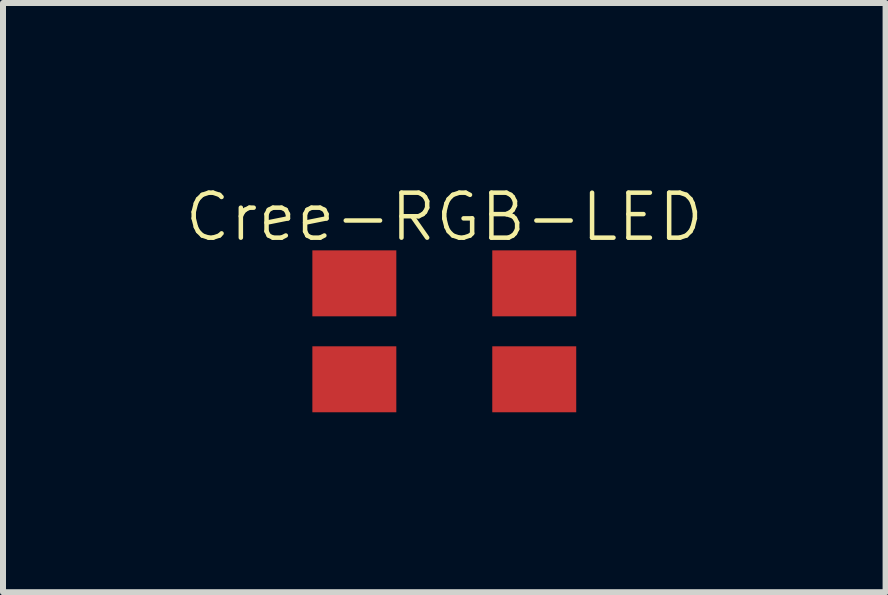
<source format=kicad_pcb>
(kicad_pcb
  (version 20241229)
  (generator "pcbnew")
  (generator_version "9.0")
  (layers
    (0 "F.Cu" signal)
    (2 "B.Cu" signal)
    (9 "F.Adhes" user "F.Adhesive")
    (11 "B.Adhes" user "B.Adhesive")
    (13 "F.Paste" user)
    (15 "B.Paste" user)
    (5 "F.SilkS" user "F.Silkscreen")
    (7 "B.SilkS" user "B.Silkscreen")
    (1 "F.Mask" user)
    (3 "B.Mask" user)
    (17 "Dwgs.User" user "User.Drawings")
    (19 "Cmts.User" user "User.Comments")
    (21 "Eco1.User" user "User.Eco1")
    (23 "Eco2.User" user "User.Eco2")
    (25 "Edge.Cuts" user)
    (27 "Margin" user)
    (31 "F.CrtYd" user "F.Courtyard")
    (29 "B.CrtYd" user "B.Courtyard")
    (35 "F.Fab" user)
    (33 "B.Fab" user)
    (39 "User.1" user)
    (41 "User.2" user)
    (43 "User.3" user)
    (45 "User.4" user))
  (footprint "Cree-RGB-LED"
    (layer "F.Cu")
    (at 4.359 2.475)
    (property "Reference" "Cree-RGB-LED" (at 0 -1.905 0) (layer "F.SilkS") (effects (font (size 0.75 0.75) (thickness 0.075))))
    (attr through_hole)
    (pad "1" smd trapezoid (at -1.5 -0.8) (size 1.4 1.1) (layers "F.Cu" "F.Mask" "F.Paste"))
    (pad "2" smd trapezoid (at -1.5 0.8) (size 1.4 1.1) (layers "F.Cu" "F.Mask" "F.Paste"))
    (pad "3" smd trapezoid (at 1.5 0.8) (size 1.4 1.1) (layers "F.Cu" "F.Mask" "F.Paste"))
    (pad "4" smd trapezoid (at 1.5 -0.8) (size 1.4 1.1) (layers "F.Cu" "F.Mask" "F.Paste")))
  (gr_rect
    (start -3 -3)
    (end 11.718 6.825)
    (stroke (width 0.1) (type default))
    (fill no)
    (layer "Edge.Cuts")))
</source>
